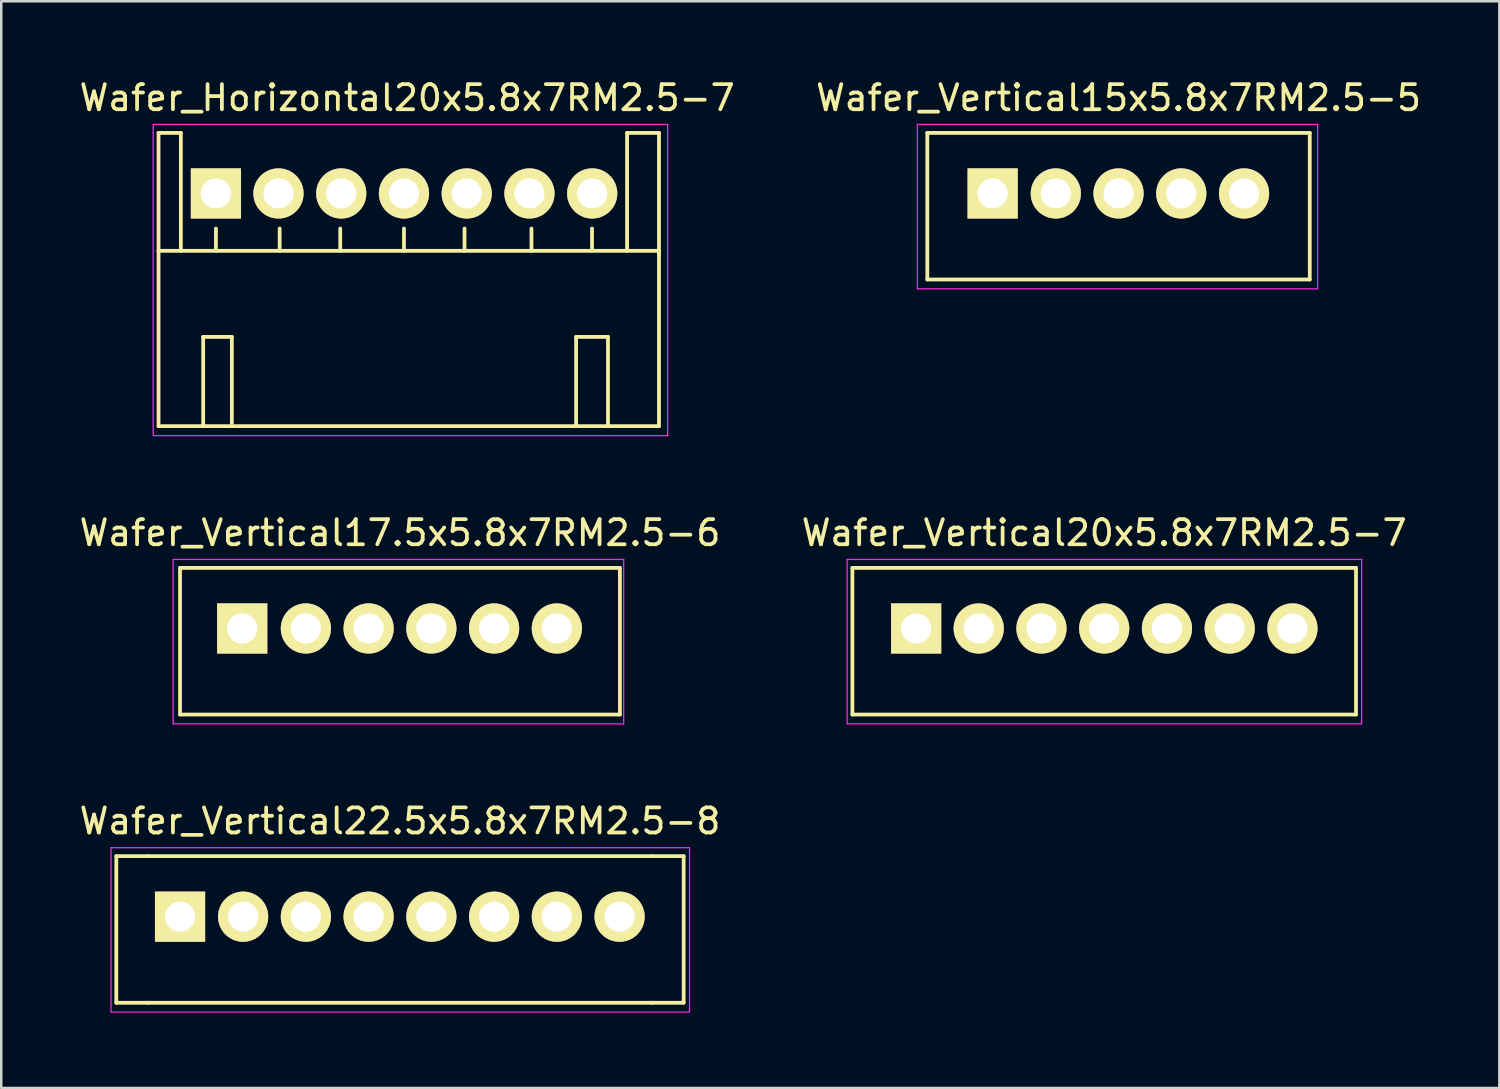
<source format=kicad_pcb>
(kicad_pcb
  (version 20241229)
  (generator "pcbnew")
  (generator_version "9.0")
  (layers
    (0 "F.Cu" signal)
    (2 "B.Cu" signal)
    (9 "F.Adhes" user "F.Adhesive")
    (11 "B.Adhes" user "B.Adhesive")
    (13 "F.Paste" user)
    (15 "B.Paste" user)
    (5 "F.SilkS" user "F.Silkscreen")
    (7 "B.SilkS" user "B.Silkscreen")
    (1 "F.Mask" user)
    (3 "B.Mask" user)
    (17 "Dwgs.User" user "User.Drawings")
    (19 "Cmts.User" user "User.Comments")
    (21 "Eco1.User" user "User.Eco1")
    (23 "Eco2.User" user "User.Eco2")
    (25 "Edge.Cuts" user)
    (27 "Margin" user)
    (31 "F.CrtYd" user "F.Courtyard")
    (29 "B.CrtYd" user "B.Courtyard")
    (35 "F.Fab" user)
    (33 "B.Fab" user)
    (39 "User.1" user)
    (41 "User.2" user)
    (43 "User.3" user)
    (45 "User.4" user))
  (footprint "Wafer_Vertical15x5.8x7RM2.5-5"
    (layer "F.Cu")
    (at 36.501 4.658)
    (property "Reference" "Wafer_Vertical15x5.8x7RM2.5-5" (at 5.016 -3.81 0) (layer "F.SilkS") (effects (font (size 1 1) (thickness 0.15))))
    (attr through_hole)
    (fp_line (start -2.603 -2.413) (end -2.603 3.429) (stroke (width 0.15) (type solid)) (layer "F.SilkS"))
    (fp_line (start -2.603 -2.413) (end 12.636 -2.413) (stroke (width 0.15) (type solid)) (layer "F.SilkS"))
    (fp_line (start 12.636 -2.413) (end 12.636 3.429) (stroke (width 0.15) (type solid)) (layer "F.SilkS"))
    (fp_line (start 12.636 3.429) (end -2.603 3.429) (stroke (width 0.15) (type solid)) (layer "F.SilkS"))
    (fp_line (start -3 -2.75) (end 12.95 -2.75) (stroke (width 0.05) (type solid)) (layer "F.CrtYd"))
    (fp_line (start -3 3.8) (end -3 -2.75) (stroke (width 0.05) (type solid)) (layer "F.CrtYd"))
    (fp_line (start 12.95 -2.75) (end 12.95 3.8) (stroke (width 0.05) (type solid)) (layer "F.CrtYd"))
    (fp_line (start 12.95 3.8) (end -3 3.8) (stroke (width 0.05) (type solid)) (layer "F.CrtYd"))
    (pad "1" thru_hole rect (at 0 0) (size 2 2) (drill 1.2) (layers "*.Cu" "*.Mask" "F.SilkS"))
    (pad "2" thru_hole circle (at 2.517 0) (size 2 2) (drill 1.2) (layers "*.Cu" "*.Mask" "F.SilkS"))
    (pad "3" thru_hole circle (at 5.016 0) (size 2 2) (drill 1.2) (layers "*.Cu" "*.Mask" "F.SilkS"))
    (pad "4" thru_hole circle (at 7.516 0) (size 2 2) (drill 1.2) (layers "*.Cu" "*.Mask" "F.SilkS"))
    (pad "5" thru_hole circle (at 10.017 0) (size 2 2) (drill 1.2) (layers "*.Cu" "*.Mask" "F.SilkS")))
  (footprint "Wafer_Vertical22.5x5.8x7RM2.5-8"
    (layer "F.Cu")
    (at 4.124 33.475)
    (property "Reference" "Wafer_Vertical22.5x5.8x7RM2.5-8" (at 8.763 -3.81 0) (layer "F.SilkS") (effects (font (size 1 1) (thickness 0.15))))
    (attr through_hole)
    (fp_line (start -2.54 -2.413) (end -2.54 3.429) (stroke (width 0.15) (type solid)) (layer "F.SilkS"))
    (fp_line (start -2.54 3.429) (end -1.27 3.429) (stroke (width 0.15) (type solid)) (layer "F.SilkS"))
    (fp_line (start -1.27 -2.413) (end -2.54 -2.413) (stroke (width 0.15) (type solid)) (layer "F.SilkS"))
    (fp_line (start -1.27 3.429) (end 18.796 3.429) (stroke (width 0.15) (type solid)) (layer "F.SilkS"))
    (fp_line (start 18.796 -2.413) (end -1.27 -2.413) (stroke (width 0.15) (type solid)) (layer "F.SilkS"))
    (fp_line (start 18.796 -2.413) (end 20.066 -2.413) (stroke (width 0.15) (type solid)) (layer "F.SilkS"))
    (fp_line (start 18.796 3.429) (end 20.066 3.429) (stroke (width 0.15) (type solid)) (layer "F.SilkS"))
    (fp_line (start 20.066 -2.413) (end 20.066 3.429) (stroke (width 0.15) (type solid)) (layer "F.SilkS"))
    (fp_line (start -2.75 -2.75) (end 20.3 -2.75) (stroke (width 0.05) (type solid)) (layer "F.CrtYd"))
    (fp_line (start -2.75 3.8) (end -2.75 -2.75) (stroke (width 0.05) (type solid)) (layer "F.CrtYd"))
    (fp_line (start 20.3 -2.75) (end 20.3 3.8) (stroke (width 0.05) (type solid)) (layer "F.CrtYd"))
    (fp_line (start 20.3 3.8) (end -2.75 3.8) (stroke (width 0.05) (type solid)) (layer "F.CrtYd"))
    (pad "1" thru_hole rect (at 0 0) (size 2 2) (drill 1.2) (layers "*.Cu" "*.Mask" "F.SilkS"))
    (pad "2" thru_hole circle (at 2.513 0) (size 2 2) (drill 1.2) (layers "*.Cu" "*.Mask" "F.SilkS"))
    (pad "3" thru_hole circle (at 5.013 0) (size 2 2) (drill 1.2) (layers "*.Cu" "*.Mask" "F.SilkS"))
    (pad "4" thru_hole circle (at 7.513 0) (size 2 2) (drill 1.2) (layers "*.Cu" "*.Mask" "F.SilkS"))
    (pad "5" thru_hole circle (at 10.013 0) (size 2 2) (drill 1.2) (layers "*.Cu" "*.Mask" "F.SilkS"))
    (pad "6" thru_hole circle (at 12.513 0) (size 2 2) (drill 1.2) (layers "*.Cu" "*.Mask" "F.SilkS"))
    (pad "7" thru_hole circle (at 15.013 0) (size 2 2) (drill 1.2) (layers "*.Cu" "*.Mask" "F.SilkS"))
    (pad "8" thru_hole circle (at 17.513 0) (size 2 2) (drill 1.2) (layers "*.Cu" "*.Mask" "F.SilkS")))
  (footprint "Wafer_Vertical17.5x5.8x7RM2.5-6"
    (layer "F.Cu")
    (at 6.6 21.991)
    (property "Reference" "Wafer_Vertical17.5x5.8x7RM2.5-6" (at 6.287 -3.81 0) (layer "F.SilkS") (effects (font (size 1 1) (thickness 0.15))))
    (attr through_hole)
    (fp_line (start -2.477 -2.413) (end -2.477 3.429) (stroke (width 0.15) (type solid)) (layer "F.SilkS"))
    (fp_line (start -2.477 -2.413) (end 15.05 -2.413) (stroke (width 0.15) (type solid)) (layer "F.SilkS"))
    (fp_line (start 15.05 -2.413) (end 15.05 3.429) (stroke (width 0.15) (type solid)) (layer "F.SilkS"))
    (fp_line (start 15.05 3.429) (end -2.477 3.429) (stroke (width 0.15) (type solid)) (layer "F.SilkS"))
    (fp_line (start -2.75 -2.75) (end 15.2 -2.75) (stroke (width 0.05) (type solid)) (layer "F.CrtYd"))
    (fp_line (start -2.75 3.8) (end -2.75 -2.75) (stroke (width 0.05) (type solid)) (layer "F.CrtYd"))
    (fp_line (start 15.2 -2.75) (end 15.2 3.8) (stroke (width 0.05) (type solid)) (layer "F.CrtYd"))
    (fp_line (start 15.2 3.8) (end -2.75 3.8) (stroke (width 0.05) (type solid)) (layer "F.CrtYd"))
    (pad "1" thru_hole rect (at 0 0) (size 2 2) (drill 1.2) (layers "*.Cu" "*.Mask" "F.SilkS"))
    (pad "2" thru_hole circle (at 2.537 0) (size 2 2) (drill 1.2) (layers "*.Cu" "*.Mask" "F.SilkS"))
    (pad "3" thru_hole circle (at 5.037 0) (size 2 2) (drill 1.2) (layers "*.Cu" "*.Mask" "F.SilkS"))
    (pad "4" thru_hole circle (at 7.537 0) (size 2 2) (drill 1.2) (layers "*.Cu" "*.Mask" "F.SilkS"))
    (pad "5" thru_hole circle (at 10.037 0) (size 2 2) (drill 1.2) (layers "*.Cu" "*.Mask" "F.SilkS"))
    (pad "6" thru_hole circle (at 12.537 0) (size 2 2) (drill 1.2) (layers "*.Cu" "*.Mask" "F.SilkS")))
  (footprint "Wafer_Vertical20x5.8x7RM2.5-7"
    (layer "F.Cu")
    (at 33.453 21.991)
    (property "Reference" "Wafer_Vertical20x5.8x7RM2.5-7" (at 7.493 -3.81 0) (layer "F.SilkS") (effects (font (size 1 1) (thickness 0.15))))
    (attr through_hole)
    (fp_line (start -2.54 -2.413) (end -2.54 3.429) (stroke (width 0.15) (type solid)) (layer "F.SilkS"))
    (fp_line (start -2.54 3.429) (end 17.526 3.429) (stroke (width 0.15) (type solid)) (layer "F.SilkS"))
    (fp_line (start 17.526 -2.413) (end -2.54 -2.413) (stroke (width 0.15) (type solid)) (layer "F.SilkS"))
    (fp_line (start 17.526 3.429) (end 17.526 -2.413) (stroke (width 0.15) (type solid)) (layer "F.SilkS"))
    (fp_line (start -2.75 -2.75) (end 17.75 -2.75) (stroke (width 0.05) (type solid)) (layer "F.CrtYd"))
    (fp_line (start -2.75 3.8) (end -2.75 -2.75) (stroke (width 0.05) (type solid)) (layer "F.CrtYd"))
    (fp_line (start 17.75 -2.75) (end 17.75 3.8) (stroke (width 0.05) (type solid)) (layer "F.CrtYd"))
    (fp_line (start 17.75 3.8) (end -2.75 3.8) (stroke (width 0.05) (type solid)) (layer "F.CrtYd"))
    (pad "1" thru_hole rect (at 0 0) (size 2 2) (drill 1.2) (layers "*.Cu" "*.Mask" "F.SilkS"))
    (pad "2" thru_hole circle (at 2.493 0) (size 2 2) (drill 1.2) (layers "*.Cu" "*.Mask" "F.SilkS"))
    (pad "3" thru_hole circle (at 4.993 0) (size 2 2) (drill 1.2) (layers "*.Cu" "*.Mask" "F.SilkS"))
    (pad "4" thru_hole circle (at 7.493 0) (size 2 2) (drill 1.2) (layers "*.Cu" "*.Mask" "F.SilkS"))
    (pad "5" thru_hole circle (at 9.993 0) (size 2 2) (drill 1.2) (layers "*.Cu" "*.Mask" "F.SilkS"))
    (pad "6" thru_hole circle (at 12.493 0) (size 2 2) (drill 1.2) (layers "*.Cu" "*.Mask" "F.SilkS"))
    (pad "7" thru_hole circle (at 14.993 0) (size 2 2) (drill 1.2) (layers "*.Cu" "*.Mask" "F.SilkS")))
  (footprint "Wafer_Horizontal20x5.8x7RM2.5-7"
    (layer "F.Cu")
    (at 5.553 4.658)
    (property "Reference" "Wafer_Horizontal20x5.8x7RM2.5-7" (at 7.62 -3.81 0) (layer "F.SilkS") (effects (font (size 1 1) (thickness 0.15))))
    (attr through_hole)
    (fp_line (start -2.286 -2.413) (end -1.397 -2.413) (stroke (width 0.15) (type solid)) (layer "F.SilkS"))
    (fp_line (start -2.286 2.286) (end -2.286 -2.413) (stroke (width 0.15) (type solid)) (layer "F.SilkS"))
    (fp_line (start -2.286 2.286) (end 17.653 2.286) (stroke (width 0.15) (type solid)) (layer "F.SilkS"))
    (fp_line (start -2.286 9.271) (end -2.286 2.286) (stroke (width 0.15) (type solid)) (layer "F.SilkS"))
    (fp_line (start -1.397 -2.413) (end -1.397 2.286) (stroke (width 0.15) (type solid)) (layer "F.SilkS"))
    (fp_line (start -0.508 5.715) (end 0.635 5.715) (stroke (width 0.15) (type solid)) (layer "F.SilkS"))
    (fp_line (start -0.508 9.271) (end -0.508 5.715) (stroke (width 0.15) (type solid)) (layer "F.SilkS"))
    (fp_line (start 0 2.286) (end 0 1.397) (stroke (width 0.15) (type solid)) (layer "F.SilkS"))
    (fp_line (start 0.635 5.715) (end 0.635 9.144) (stroke (width 0.15) (type solid)) (layer "F.SilkS"))
    (fp_line (start 2.54 2.286) (end 2.54 1.397) (stroke (width 0.15) (type solid)) (layer "F.SilkS"))
    (fp_line (start 4.953 2.286) (end 4.953 1.397) (stroke (width 0.15) (type solid)) (layer "F.SilkS"))
    (fp_line (start 7.493 2.286) (end 7.493 1.397) (stroke (width 0.15) (type solid)) (layer "F.SilkS"))
    (fp_line (start 9.906 2.286) (end 9.906 1.397) (stroke (width 0.15) (type solid)) (layer "F.SilkS"))
    (fp_line (start 12.573 2.286) (end 12.573 1.397) (stroke (width 0.15) (type solid)) (layer "F.SilkS"))
    (fp_line (start 14.351 5.715) (end 15.621 5.715) (stroke (width 0.15) (type solid)) (layer "F.SilkS"))
    (fp_line (start 14.351 9.271) (end 14.351 5.715) (stroke (width 0.15) (type solid)) (layer "F.SilkS"))
    (fp_line (start 14.986 2.286) (end 14.986 1.397) (stroke (width 0.15) (type solid)) (layer "F.SilkS"))
    (fp_line (start 15.621 5.715) (end 15.621 9.271) (stroke (width 0.15) (type solid)) (layer "F.SilkS"))
    (fp_line (start 16.383 -2.413) (end 16.383 2.286) (stroke (width 0.15) (type solid)) (layer "F.SilkS"))
    (fp_line (start 17.653 -2.413) (end 16.383 -2.413) (stroke (width 0.15) (type solid)) (layer "F.SilkS"))
    (fp_line (start 17.653 2.286) (end 17.653 9.271) (stroke (width 0.15) (type solid)) (layer "F.SilkS"))
    (fp_line (start 17.653 2.413) (end 17.653 -2.413) (stroke (width 0.15) (type solid)) (layer "F.SilkS"))
    (fp_line (start 17.653 9.271) (end -2.286 9.271) (stroke (width 0.15) (type solid)) (layer "F.SilkS"))
    (fp_line (start -2.5 -2.75) (end 18 -2.75) (stroke (width 0.05) (type solid)) (layer "F.CrtYd"))
    (fp_line (start -2.5 9.65) (end -2.5 -2.75) (stroke (width 0.05) (type solid)) (layer "F.CrtYd"))
    (fp_line (start 18 -2.75) (end 18 9.65) (stroke (width 0.05) (type solid)) (layer "F.CrtYd"))
    (fp_line (start 18 9.65) (end -2.5 9.65) (stroke (width 0.05) (type solid)) (layer "F.CrtYd"))
    (pad "1" thru_hole rect (at 0 0) (size 2 2) (drill 1.2) (layers "*.Cu" "*.Mask" "F.SilkS"))
    (pad "2" thru_hole circle (at 2.493 0) (size 2 2) (drill 1.2) (layers "*.Cu" "*.Mask" "F.SilkS"))
    (pad "3" thru_hole circle (at 4.993 0) (size 2 2) (drill 1.2) (layers "*.Cu" "*.Mask" "F.SilkS"))
    (pad "4" thru_hole circle (at 7.493 0) (size 2 2) (drill 1.2) (layers "*.Cu" "*.Mask" "F.SilkS"))
    (pad "5" thru_hole circle (at 9.993 0) (size 2 2) (drill 1.2) (layers "*.Cu" "*.Mask" "F.SilkS"))
    (pad "6" thru_hole circle (at 12.493 0) (size 2 2) (drill 1.2) (layers "*.Cu" "*.Mask" "F.SilkS"))
    (pad "7" thru_hole circle (at 14.993 0) (size 2 2) (drill 1.2) (layers "*.Cu" "*.Mask" "F.SilkS")))
  (gr_rect
    (start -3 -3)
    (end 56.69 40.3)
    (stroke (width 0.1) (type default))
    (fill no)
    (layer "Edge.Cuts")))
</source>
